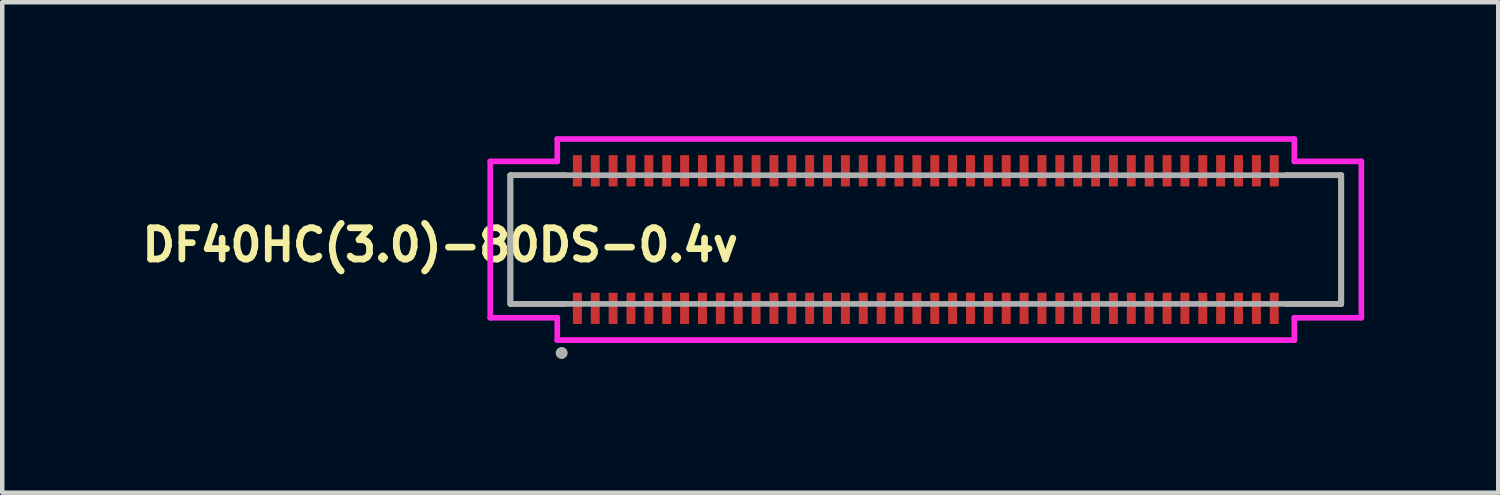
<source format=kicad_pcb>
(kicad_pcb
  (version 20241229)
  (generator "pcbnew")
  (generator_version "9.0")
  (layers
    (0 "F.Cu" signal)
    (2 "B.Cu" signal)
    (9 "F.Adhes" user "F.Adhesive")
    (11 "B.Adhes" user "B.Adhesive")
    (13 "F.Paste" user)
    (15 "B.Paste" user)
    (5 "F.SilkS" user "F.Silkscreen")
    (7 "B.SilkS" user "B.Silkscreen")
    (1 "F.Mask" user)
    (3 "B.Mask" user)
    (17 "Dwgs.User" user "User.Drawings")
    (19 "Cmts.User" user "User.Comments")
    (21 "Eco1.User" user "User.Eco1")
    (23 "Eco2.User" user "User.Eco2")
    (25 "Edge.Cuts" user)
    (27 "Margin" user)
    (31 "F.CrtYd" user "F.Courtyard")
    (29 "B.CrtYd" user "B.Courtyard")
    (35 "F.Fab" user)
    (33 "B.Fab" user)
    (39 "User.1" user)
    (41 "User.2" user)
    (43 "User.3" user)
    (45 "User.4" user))
  (footprint "DF40HC(3.0)-80DS-0.4v"
    (layer "F.Cu")
    (at 17.675 2.313)
    (property "Reference" "DF40HC(3.0)-80DS-0.4v" (at -10.87 0.12 180) (layer "F.SilkS") (effects (font (size 0.7 0.7) (thickness 0.15))))
    (attr smd)
    (fp_line (start -9.3 -1.44) (end -8.08 -1.44) (stroke (width 0.12) (type solid)) (layer "F.SilkS"))
    (fp_line (start -9.3 1.44) (end -9.3 -1.44) (stroke (width 0.127) (type solid)) (layer "F.SilkS"))
    (fp_line (start -9.3 1.44) (end -8.08 1.44) (stroke (width 0.12) (type solid)) (layer "F.SilkS"))
    (fp_line (start -8.149 2.535) (end -8.149 2.54) (stroke (width 0.25) (type solid)) (layer "F.SilkS"))
    (fp_line (start 9.3 -1.44) (end 8.08 -1.44) (stroke (width 0.12) (type solid)) (layer "F.SilkS"))
    (fp_line (start 9.3 -1.44) (end 9.3 1.44) (stroke (width 0.127) (type solid)) (layer "F.SilkS"))
    (fp_line (start 9.3 1.44) (end 8.08 1.44) (stroke (width 0.12) (type solid)) (layer "F.SilkS"))
    (fp_line (start -9.75 -1.75) (end -9.75 1.75) (stroke (width 0.127) (type solid)) (layer "F.CrtYd"))
    (fp_line (start -9.75 1.75) (end -8.25 1.75) (stroke (width 0.127) (type solid)) (layer "F.CrtYd"))
    (fp_line (start -8.25 -2.25) (end -8.25 -1.75) (stroke (width 0.127) (type solid)) (layer "F.CrtYd"))
    (fp_line (start -8.25 -1.75) (end -9.75 -1.75) (stroke (width 0.127) (type solid)) (layer "F.CrtYd"))
    (fp_line (start -8.25 1.75) (end -8.25 2.25) (stroke (width 0.127) (type solid)) (layer "F.CrtYd"))
    (fp_line (start -8.25 2.25) (end 8.25 2.25) (stroke (width 0.127) (type solid)) (layer "F.CrtYd"))
    (fp_line (start 8.25 -2.25) (end -8.25 -2.25) (stroke (width 0.127) (type solid)) (layer "F.CrtYd"))
    (fp_line (start 8.25 -1.75) (end 8.25 -2.25) (stroke (width 0.127) (type solid)) (layer "F.CrtYd"))
    (fp_line (start 8.25 1.75) (end 9.75 1.75) (stroke (width 0.127) (type solid)) (layer "F.CrtYd"))
    (fp_line (start 8.25 2.25) (end 8.25 1.75) (stroke (width 0.127) (type solid)) (layer "F.CrtYd"))
    (fp_line (start 9.75 -1.75) (end 8.25 -1.75) (stroke (width 0.127) (type solid)) (layer "F.CrtYd"))
    (fp_line (start 9.75 1.75) (end 9.75 -1.75) (stroke (width 0.127) (type solid)) (layer "F.CrtYd"))
    (fp_line (start -9.3 -1.44) (end -8.08 -1.44) (stroke (width 0.127) (type solid)) (layer "F.Fab"))
    (fp_line (start -9.3 1.44) (end -9.3 -1.44) (stroke (width 0.127) (type solid)) (layer "F.Fab"))
    (fp_line (start -8.16 2.54) (end -8.149 2.54) (stroke (width 0.25) (type solid)) (layer "F.Fab"))
    (fp_line (start -8.08 -1.44) (end 8.1 -1.44) (stroke (width 0.127) (type solid)) (layer "F.Fab"))
    (fp_line (start -8.08 1.44) (end -9.3 1.44) (stroke (width 0.127) (type solid)) (layer "F.Fab"))
    (fp_line (start 8.08 -1.44) (end 9.3 -1.44) (stroke (width 0.127) (type solid)) (layer "F.Fab"))
    (fp_line (start 8.1 1.44) (end -8.06 1.44) (stroke (width 0.127) (type solid)) (layer "F.Fab"))
    (fp_line (start 9.3 -1.44) (end 9.3 1.44) (stroke (width 0.127) (type solid)) (layer "F.Fab"))
    (fp_line (start 9.3 1.44) (end 8.08 1.44) (stroke (width 0.127) (type solid)) (layer "F.Fab"))
    (pad "1" smd rect (at -7.8 1.54) (size 0.2 0.7) (layers "F.Cu" "F.Mask" "F.Paste"))
    (pad "2" smd rect (at -7.8 -1.54) (size 0.2 0.7) (layers "F.Cu" "F.Mask" "F.Paste"))
    (pad "3" smd rect (at -7.4 1.54) (size 0.2 0.7) (layers "F.Cu" "F.Mask" "F.Paste"))
    (pad "4" smd rect (at -7.4 -1.54) (size 0.2 0.7) (layers "F.Cu" "F.Mask" "F.Paste"))
    (pad "5" smd rect (at -7 1.54) (size 0.2 0.7) (layers "F.Cu" "F.Mask" "F.Paste"))
    (pad "6" smd rect (at -7 -1.54) (size 0.2 0.7) (layers "F.Cu" "F.Mask" "F.Paste"))
    (pad "7" smd rect (at -6.6 1.54) (size 0.2 0.7) (layers "F.Cu" "F.Mask" "F.Paste"))
    (pad "8" smd rect (at -6.6 -1.54) (size 0.2 0.7) (layers "F.Cu" "F.Mask" "F.Paste"))
    (pad "9" smd rect (at -6.2 1.54) (size 0.2 0.7) (layers "F.Cu" "F.Mask" "F.Paste"))
    (pad "10" smd rect (at -6.2 -1.54) (size 0.2 0.7) (layers "F.Cu" "F.Mask" "F.Paste"))
    (pad "11" smd rect (at -5.8 1.54) (size 0.2 0.7) (layers "F.Cu" "F.Mask" "F.Paste"))
    (pad "12" smd rect (at -5.8 -1.54) (size 0.2 0.7) (layers "F.Cu" "F.Mask" "F.Paste"))
    (pad "13" smd rect (at -5.4 1.54) (size 0.2 0.7) (layers "F.Cu" "F.Mask" "F.Paste"))
    (pad "14" smd rect (at -5.4 -1.54) (size 0.2 0.7) (layers "F.Cu" "F.Mask" "F.Paste"))
    (pad "15" smd rect (at -5 1.54) (size 0.2 0.7) (layers "F.Cu" "F.Mask" "F.Paste"))
    (pad "16" smd rect (at -5 -1.54) (size 0.2 0.7) (layers "F.Cu" "F.Mask" "F.Paste"))
    (pad "17" smd rect (at -4.6 1.54) (size 0.2 0.7) (layers "F.Cu" "F.Mask" "F.Paste"))
    (pad "18" smd rect (at -4.6 -1.54) (size 0.2 0.7) (layers "F.Cu" "F.Mask" "F.Paste"))
    (pad "19" smd rect (at -4.2 1.54) (size 0.2 0.7) (layers "F.Cu" "F.Mask" "F.Paste"))
    (pad "20" smd rect (at -4.2 -1.54) (size 0.2 0.7) (layers "F.Cu" "F.Mask" "F.Paste"))
    (pad "21" smd rect (at -3.8 1.54) (size 0.2 0.7) (layers "F.Cu" "F.Mask" "F.Paste"))
    (pad "22" smd rect (at -3.8 -1.54) (size 0.2 0.7) (layers "F.Cu" "F.Mask" "F.Paste"))
    (pad "23" smd rect (at -3.4 1.54) (size 0.2 0.7) (layers "F.Cu" "F.Mask" "F.Paste"))
    (pad "24" smd rect (at -3.4 -1.54) (size 0.2 0.7) (layers "F.Cu" "F.Mask" "F.Paste"))
    (pad "25" smd rect (at -3 1.54) (size 0.2 0.7) (layers "F.Cu" "F.Mask" "F.Paste"))
    (pad "26" smd rect (at -3 -1.54) (size 0.2 0.7) (layers "F.Cu" "F.Mask" "F.Paste"))
    (pad "27" smd rect (at -2.6 1.54) (size 0.2 0.7) (layers "F.Cu" "F.Mask" "F.Paste"))
    (pad "28" smd rect (at -2.6 -1.54) (size 0.2 0.7) (layers "F.Cu" "F.Mask" "F.Paste"))
    (pad "29" smd rect (at -2.2 1.54) (size 0.2 0.7) (layers "F.Cu" "F.Mask" "F.Paste"))
    (pad "30" smd rect (at -2.2 -1.54) (size 0.2 0.7) (layers "F.Cu" "F.Mask" "F.Paste"))
    (pad "31" smd rect (at -1.8 1.54) (size 0.2 0.7) (layers "F.Cu" "F.Mask" "F.Paste"))
    (pad "32" smd rect (at -1.8 -1.54) (size 0.2 0.7) (layers "F.Cu" "F.Mask" "F.Paste"))
    (pad "33" smd rect (at -1.4 1.54) (size 0.2 0.7) (layers "F.Cu" "F.Mask" "F.Paste"))
    (pad "34" smd rect (at -1.4 -1.54) (size 0.2 0.7) (layers "F.Cu" "F.Mask" "F.Paste"))
    (pad "35" smd rect (at -1 1.54) (size 0.2 0.7) (layers "F.Cu" "F.Mask" "F.Paste"))
    (pad "36" smd rect (at -1 -1.54) (size 0.2 0.7) (layers "F.Cu" "F.Mask" "F.Paste"))
    (pad "37" smd rect (at -0.6 1.54) (size 0.2 0.7) (layers "F.Cu" "F.Mask" "F.Paste"))
    (pad "38" smd rect (at -0.6 -1.54) (size 0.2 0.7) (layers "F.Cu" "F.Mask" "F.Paste"))
    (pad "39" smd rect (at -0.2 1.54) (size 0.2 0.7) (layers "F.Cu" "F.Mask" "F.Paste"))
    (pad "40" smd rect (at -0.2 -1.54) (size 0.2 0.7) (layers "F.Cu" "F.Mask" "F.Paste"))
    (pad "41" smd rect (at 0.2 1.54) (size 0.2 0.7) (layers "F.Cu" "F.Mask" "F.Paste"))
    (pad "42" smd rect (at 0.2 -1.54) (size 0.2 0.7) (layers "F.Cu" "F.Mask" "F.Paste"))
    (pad "43" smd rect (at 0.6 1.54) (size 0.2 0.7) (layers "F.Cu" "F.Mask" "F.Paste"))
    (pad "44" smd rect (at 0.6 -1.54) (size 0.2 0.7) (layers "F.Cu" "F.Mask" "F.Paste"))
    (pad "45" smd rect (at 1 1.54) (size 0.2 0.7) (layers "F.Cu" "F.Mask" "F.Paste"))
    (pad "46" smd rect (at 1 -1.54) (size 0.2 0.7) (layers "F.Cu" "F.Mask" "F.Paste"))
    (pad "47" smd rect (at 1.4 1.54) (size 0.2 0.7) (layers "F.Cu" "F.Mask" "F.Paste"))
    (pad "48" smd rect (at 1.4 -1.54) (size 0.2 0.7) (layers "F.Cu" "F.Mask" "F.Paste"))
    (pad "49" smd rect (at 1.8 1.54) (size 0.2 0.7) (layers "F.Cu" "F.Mask" "F.Paste"))
    (pad "50" smd rect (at 1.8 -1.54) (size 0.2 0.7) (layers "F.Cu" "F.Mask" "F.Paste"))
    (pad "51" smd rect (at 2.2 1.54) (size 0.2 0.7) (layers "F.Cu" "F.Mask" "F.Paste"))
    (pad "52" smd rect (at 2.2 -1.54) (size 0.2 0.7) (layers "F.Cu" "F.Mask" "F.Paste"))
    (pad "53" smd rect (at 2.6 1.54) (size 0.2 0.7) (layers "F.Cu" "F.Mask" "F.Paste"))
    (pad "54" smd rect (at 2.6 -1.54) (size 0.2 0.7) (layers "F.Cu" "F.Mask" "F.Paste"))
    (pad "55" smd rect (at 3 1.54) (size 0.2 0.7) (layers "F.Cu" "F.Mask" "F.Paste"))
    (pad "56" smd rect (at 3 -1.54) (size 0.2 0.7) (layers "F.Cu" "F.Mask" "F.Paste"))
    (pad "57" smd rect (at 3.4 1.54) (size 0.2 0.7) (layers "F.Cu" "F.Mask" "F.Paste"))
    (pad "58" smd rect (at 3.4 -1.54) (size 0.2 0.7) (layers "F.Cu" "F.Mask" "F.Paste"))
    (pad "59" smd rect (at 3.8 1.54) (size 0.2 0.7) (layers "F.Cu" "F.Mask" "F.Paste"))
    (pad "60" smd rect (at 3.8 -1.54) (size 0.2 0.7) (layers "F.Cu" "F.Mask" "F.Paste"))
    (pad "61" smd rect (at 4.2 1.54) (size 0.2 0.7) (layers "F.Cu" "F.Mask" "F.Paste"))
    (pad "62" smd rect (at 4.2 -1.54) (size 0.2 0.7) (layers "F.Cu" "F.Mask" "F.Paste"))
    (pad "63" smd rect (at 4.6 1.54) (size 0.2 0.7) (layers "F.Cu" "F.Mask" "F.Paste"))
    (pad "64" smd rect (at 4.6 -1.54) (size 0.2 0.7) (layers "F.Cu" "F.Mask" "F.Paste"))
    (pad "65" smd rect (at 5 1.54) (size 0.2 0.7) (layers "F.Cu" "F.Mask" "F.Paste"))
    (pad "66" smd rect (at 5 -1.54) (size 0.2 0.7) (layers "F.Cu" "F.Mask" "F.Paste"))
    (pad "67" smd rect (at 5.4 1.54) (size 0.2 0.7) (layers "F.Cu" "F.Mask" "F.Paste"))
    (pad "68" smd rect (at 5.4 -1.54) (size 0.2 0.7) (layers "F.Cu" "F.Mask" "F.Paste"))
    (pad "69" smd rect (at 5.8 1.54) (size 0.2 0.7) (layers "F.Cu" "F.Mask" "F.Paste"))
    (pad "70" smd rect (at 5.8 -1.54) (size 0.2 0.7) (layers "F.Cu" "F.Mask" "F.Paste"))
    (pad "71" smd rect (at 6.2 1.54) (size 0.2 0.7) (layers "F.Cu" "F.Mask" "F.Paste"))
    (pad "72" smd rect (at 6.2 -1.54) (size 0.2 0.7) (layers "F.Cu" "F.Mask" "F.Paste"))
    (pad "73" smd rect (at 6.6 1.54) (size 0.2 0.7) (layers "F.Cu" "F.Mask" "F.Paste"))
    (pad "74" smd rect (at 6.6 -1.54) (size 0.2 0.7) (layers "F.Cu" "F.Mask" "F.Paste"))
    (pad "75" smd rect (at 7 1.54) (size 0.2 0.7) (layers "F.Cu" "F.Mask" "F.Paste"))
    (pad "76" smd rect (at 7 -1.54) (size 0.2 0.7) (layers "F.Cu" "F.Mask" "F.Paste"))
    (pad "77" smd rect (at 7.4 1.54) (size 0.2 0.7) (layers "F.Cu" "F.Mask" "F.Paste"))
    (pad "78" smd rect (at 7.4 -1.54) (size 0.2 0.7) (layers "F.Cu" "F.Mask" "F.Paste"))
    (pad "79" smd rect (at 7.8 1.54) (size 0.2 0.7) (layers "F.Cu" "F.Mask" "F.Paste"))
    (pad "80" smd rect (at 7.8 -1.54) (size 0.2 0.7) (layers "F.Cu" "F.Mask" "F.Paste")))
  (gr_rect
    (start -3 -3)
    (end 30.489 7.979)
    (stroke (width 0.1) (type default))
    (fill no)
    (layer "Edge.Cuts")))
</source>
